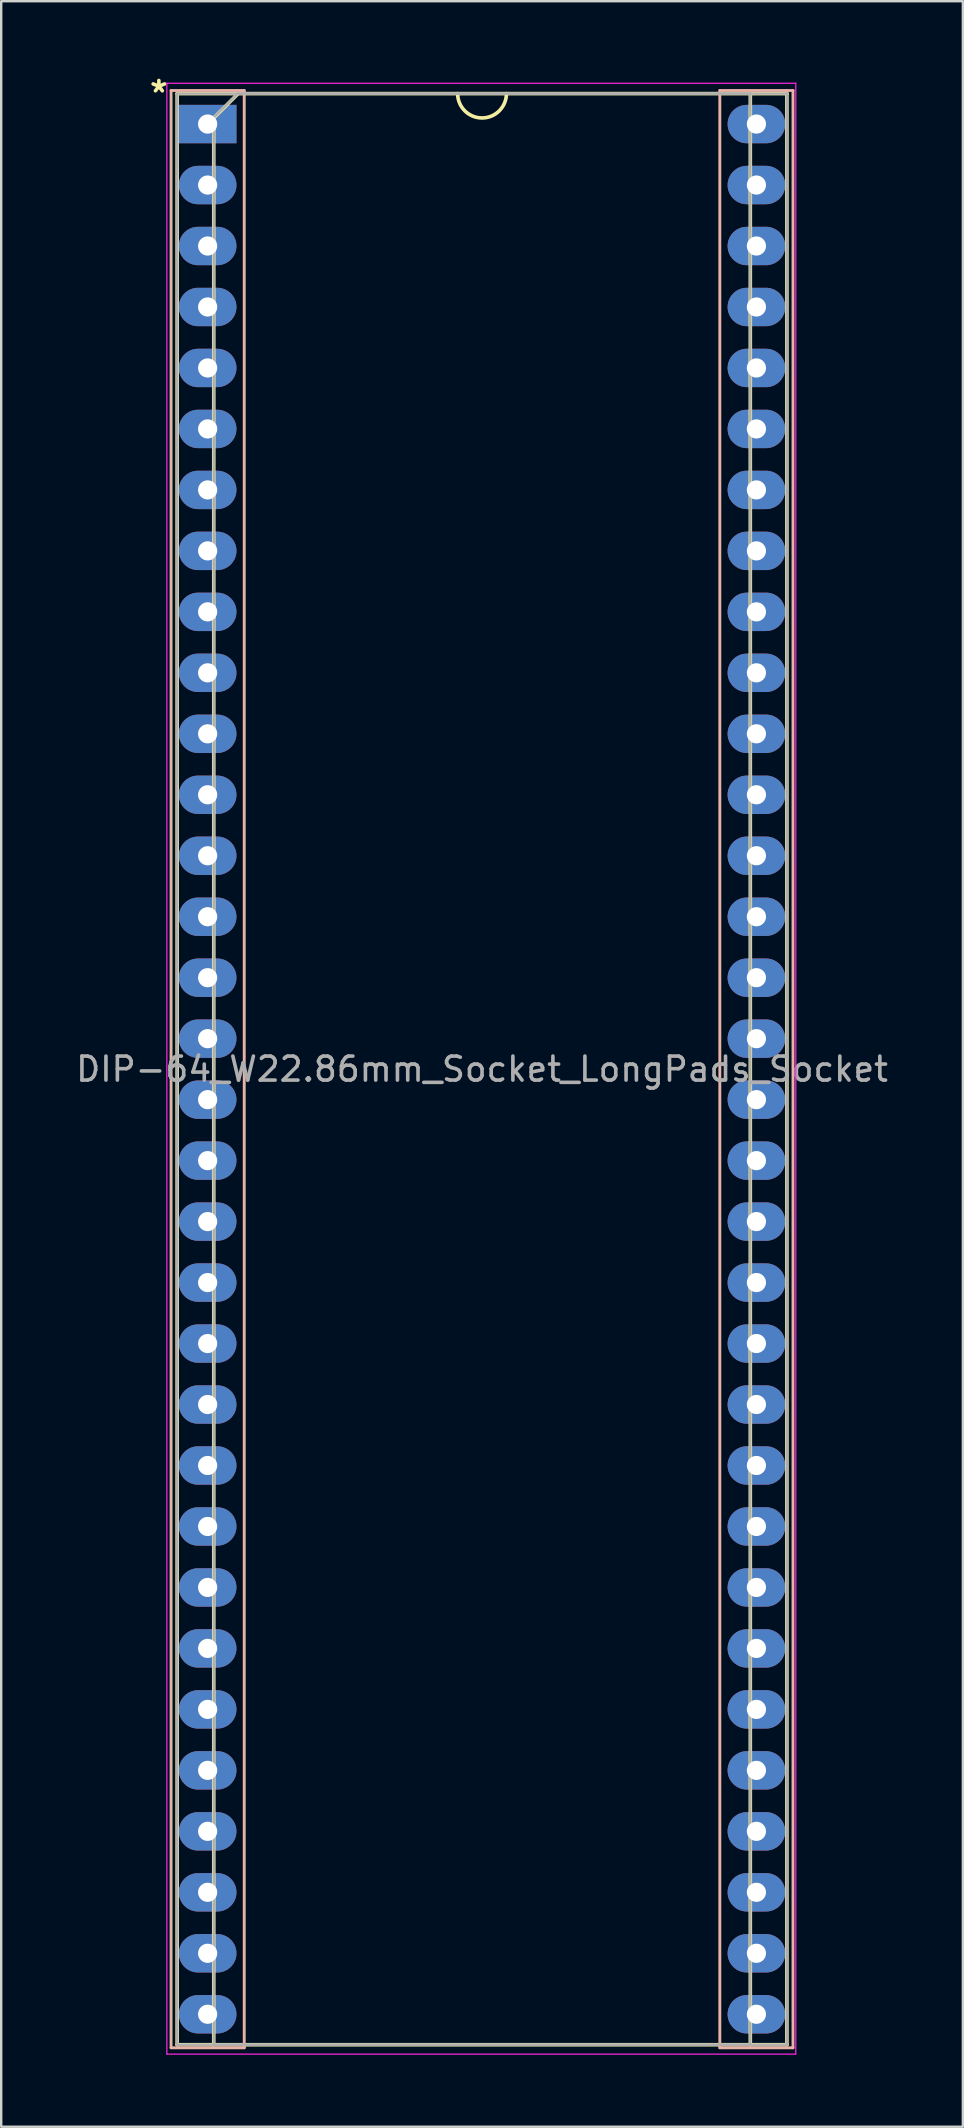
<source format=kicad_pcb>
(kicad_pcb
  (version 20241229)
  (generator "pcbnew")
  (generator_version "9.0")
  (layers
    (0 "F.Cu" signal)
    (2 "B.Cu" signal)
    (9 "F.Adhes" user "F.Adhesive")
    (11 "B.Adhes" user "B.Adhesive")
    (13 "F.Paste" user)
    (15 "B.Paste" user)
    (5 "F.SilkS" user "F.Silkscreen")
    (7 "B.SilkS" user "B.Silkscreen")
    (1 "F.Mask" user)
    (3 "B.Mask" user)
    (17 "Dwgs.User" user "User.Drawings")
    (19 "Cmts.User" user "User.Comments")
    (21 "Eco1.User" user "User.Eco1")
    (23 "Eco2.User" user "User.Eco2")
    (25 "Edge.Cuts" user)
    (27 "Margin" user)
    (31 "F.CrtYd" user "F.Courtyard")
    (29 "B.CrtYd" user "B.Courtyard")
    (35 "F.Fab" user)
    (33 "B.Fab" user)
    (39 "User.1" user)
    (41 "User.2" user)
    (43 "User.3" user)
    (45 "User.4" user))
  (footprint "DIP-64_W22.86mm_Socket_LongPads_Socket"
    (layer "F.Cu")
    (at 5.6 2.118)
    (property "Reference" "DIP-64_W22.86mm_Socket_LongPads_Socket" (at 11.43 39.37 0) (layer "F.Fab") (effects (font (size 1 1) (thickness 0.15))))
    (attr through_hole)
    (fp_line (start -1.27 -1.27) (end -1.27 80.01) (stroke (width 0.15) (type solid)) (layer "F.SilkS"))
    (fp_line (start -1.27 80.01) (end 24.13 80.01) (stroke (width 0.15) (type solid)) (layer "F.SilkS"))
    (fp_line (start 0.254 -0.254) (end 1.27 -1.27) (stroke (width 0.15) (type solid)) (layer "F.SilkS"))
    (fp_line (start 0.254 80.01) (end 0.254 -0.254) (stroke (width 0.15) (type solid)) (layer "F.SilkS"))
    (fp_line (start 22.606 -1.27) (end 22.606 80.01) (stroke (width 0.15) (type solid)) (layer "F.SilkS"))
    (fp_line (start 24.13 -1.27) (end -1.27 -1.27) (stroke (width 0.15) (type solid)) (layer "F.SilkS"))
    (fp_line (start 24.13 80.01) (end 24.13 -1.27) (stroke (width 0.15) (type solid)) (layer "F.SilkS"))
    (fp_arc (start 12.446 -1.27) (mid 11.43 -0.254) (end 10.414 -1.27) (stroke (width 0.15) (type solid)) (layer "F.SilkS"))
    (fp_line (start -1.524 -1.397) (end -1.524 80.137) (stroke (width 0.12) (type solid)) (layer "B.SilkS"))
    (fp_line (start -1.524 80.137) (end 1.524 80.137) (stroke (width 0.12) (type solid)) (layer "B.SilkS"))
    (fp_line (start 1.524 -1.397) (end -1.524 -1.397) (stroke (width 0.12) (type solid)) (layer "B.SilkS"))
    (fp_line (start 1.524 -1.397) (end 1.524 80.137) (stroke (width 0.12) (type solid)) (layer "B.SilkS"))
    (fp_line (start 21.336 80.137) (end 21.336 -1.397) (stroke (width 0.12) (type solid)) (layer "B.SilkS"))
    (fp_line (start 24.384 -1.397) (end 21.336 -1.397) (stroke (width 0.12) (type solid)) (layer "B.SilkS"))
    (fp_line (start 24.384 80.137) (end 21.336 80.137) (stroke (width 0.12) (type solid)) (layer "B.SilkS"))
    (fp_line (start 24.384 80.137) (end 24.384 -1.397) (stroke (width 0.12) (type solid)) (layer "B.SilkS"))
    (fp_line (start -1.7 -1.7) (end -1.7 80.4) (stroke (width 0.05) (type solid)) (layer "F.CrtYd"))
    (fp_line (start -1.7 80.4) (end 24.5 80.4) (stroke (width 0.05) (type solid)) (layer "F.CrtYd"))
    (fp_line (start 24.5 -1.7) (end -1.7 -1.7) (stroke (width 0.05) (type solid)) (layer "F.CrtYd"))
    (fp_line (start 24.5 80.4) (end 24.5 -1.7) (stroke (width 0.05) (type solid)) (layer "F.CrtYd"))
    (fp_line (start -1.27 -1.27) (end -1.27 80.01) (stroke (width 0.1) (type solid)) (layer "F.Fab"))
    (fp_line (start -1.27 80.01) (end 24.13 80.01) (stroke (width 0.1) (type solid)) (layer "F.Fab"))
    (fp_line (start 0.255 -0.27) (end 1.255 -1.27) (stroke (width 0.1) (type solid)) (layer "F.Fab"))
    (fp_line (start 0.255 80.01) (end 0.255 -0.27) (stroke (width 0.1) (type solid)) (layer "F.Fab"))
    (fp_line (start 1.255 -1.27) (end 22.605 -1.27) (stroke (width 0.1) (type solid)) (layer "F.Fab"))
    (fp_line (start 22.605 -1.27) (end 22.605 80.01) (stroke (width 0.1) (type solid)) (layer "F.Fab"))
    (fp_line (start 22.605 80.01) (end 0.255 80.01) (stroke (width 0.1) (type solid)) (layer "F.Fab"))
    (fp_line (start 24.13 -1.27) (end -1.27 -1.27) (stroke (width 0.1) (type solid)) (layer "F.Fab"))
    (fp_line (start 24.13 80.01) (end 24.13 -1.27) (stroke (width 0.1) (type solid)) (layer "F.Fab"))
    (fp_text user "*" (at -2.032 -1.27 0) (layer "F.SilkS") (effects (font (size 1 1) (thickness 0.15))))
    (pad "1" thru_hole rect (at 0 0) (size 2.4 1.6) (drill 0.8) (layers "*.Cu" "*.Mask"))
    (pad "2" thru_hole oval (at 0 2.54) (size 2.4 1.6) (drill 0.8) (layers "*.Cu" "*.Mask"))
    (pad "3" thru_hole oval (at 0 5.08) (size 2.4 1.6) (drill 0.8) (layers "*.Cu" "*.Mask"))
    (pad "4" thru_hole oval (at 0 7.62) (size 2.4 1.6) (drill 0.8) (layers "*.Cu" "*.Mask"))
    (pad "5" thru_hole oval (at 0 10.16) (size 2.4 1.6) (drill 0.8) (layers "*.Cu" "*.Mask"))
    (pad "6" thru_hole oval (at 0 12.7) (size 2.4 1.6) (drill 0.8) (layers "*.Cu" "*.Mask"))
    (pad "7" thru_hole oval (at 0 15.24) (size 2.4 1.6) (drill 0.8) (layers "*.Cu" "*.Mask"))
    (pad "8" thru_hole oval (at 0 17.78) (size 2.4 1.6) (drill 0.8) (layers "*.Cu" "*.Mask"))
    (pad "9" thru_hole oval (at 0 20.32) (size 2.4 1.6) (drill 0.8) (layers "*.Cu" "*.Mask"))
    (pad "10" thru_hole oval (at 0 22.86) (size 2.4 1.6) (drill 0.8) (layers "*.Cu" "*.Mask"))
    (pad "11" thru_hole oval (at 0 25.4) (size 2.4 1.6) (drill 0.8) (layers "*.Cu" "*.Mask"))
    (pad "12" thru_hole oval (at 0 27.94) (size 2.4 1.6) (drill 0.8) (layers "*.Cu" "*.Mask"))
    (pad "13" thru_hole oval (at 0 30.48) (size 2.4 1.6) (drill 0.8) (layers "*.Cu" "*.Mask"))
    (pad "14" thru_hole oval (at 0 33.02) (size 2.4 1.6) (drill 0.8) (layers "*.Cu" "*.Mask"))
    (pad "15" thru_hole oval (at 0 35.56) (size 2.4 1.6) (drill 0.8) (layers "*.Cu" "*.Mask"))
    (pad "16" thru_hole oval (at 0 38.1) (size 2.4 1.6) (drill 0.8) (layers "*.Cu" "*.Mask"))
    (pad "17" thru_hole oval (at 0 40.64) (size 2.4 1.6) (drill 0.8) (layers "*.Cu" "*.Mask"))
    (pad "18" thru_hole oval (at 0 43.18) (size 2.4 1.6) (drill 0.8) (layers "*.Cu" "*.Mask"))
    (pad "19" thru_hole oval (at 0 45.72) (size 2.4 1.6) (drill 0.8) (layers "*.Cu" "*.Mask"))
    (pad "20" thru_hole oval (at 0 48.26) (size 2.4 1.6) (drill 0.8) (layers "*.Cu" "*.Mask"))
    (pad "21" thru_hole oval (at 0 50.8) (size 2.4 1.6) (drill 0.8) (layers "*.Cu" "*.Mask"))
    (pad "22" thru_hole oval (at 0 53.34) (size 2.4 1.6) (drill 0.8) (layers "*.Cu" "*.Mask"))
    (pad "23" thru_hole oval (at 0 55.88) (size 2.4 1.6) (drill 0.8) (layers "*.Cu" "*.Mask"))
    (pad "24" thru_hole oval (at 0 58.42) (size 2.4 1.6) (drill 0.8) (layers "*.Cu" "*.Mask"))
    (pad "25" thru_hole oval (at 0 60.96) (size 2.4 1.6) (drill 0.8) (layers "*.Cu" "*.Mask"))
    (pad "26" thru_hole oval (at 0 63.5) (size 2.4 1.6) (drill 0.8) (layers "*.Cu" "*.Mask"))
    (pad "27" thru_hole oval (at 0 66.04) (size 2.4 1.6) (drill 0.8) (layers "*.Cu" "*.Mask"))
    (pad "28" thru_hole oval (at 0 68.58) (size 2.4 1.6) (drill 0.8) (layers "*.Cu" "*.Mask"))
    (pad "29" thru_hole oval (at 0 71.12) (size 2.4 1.6) (drill 0.8) (layers "*.Cu" "*.Mask"))
    (pad "30" thru_hole oval (at 0 73.66) (size 2.4 1.6) (drill 0.8) (layers "*.Cu" "*.Mask"))
    (pad "31" thru_hole oval (at 0 76.2) (size 2.4 1.6) (drill 0.8) (layers "*.Cu" "*.Mask"))
    (pad "32" thru_hole oval (at 0 78.74) (size 2.4 1.6) (drill 0.8) (layers "*.Cu" "*.Mask"))
    (pad "33" thru_hole oval (at 22.86 78.74) (size 2.4 1.6) (drill 0.8) (layers "*.Cu" "*.Mask"))
    (pad "34" thru_hole oval (at 22.86 76.2) (size 2.4 1.6) (drill 0.8) (layers "*.Cu" "*.Mask"))
    (pad "35" thru_hole oval (at 22.86 73.66) (size 2.4 1.6) (drill 0.8) (layers "*.Cu" "*.Mask"))
    (pad "36" thru_hole oval (at 22.86 71.12) (size 2.4 1.6) (drill 0.8) (layers "*.Cu" "*.Mask"))
    (pad "37" thru_hole oval (at 22.86 68.58) (size 2.4 1.6) (drill 0.8) (layers "*.Cu" "*.Mask"))
    (pad "38" thru_hole oval (at 22.86 66.04) (size 2.4 1.6) (drill 0.8) (layers "*.Cu" "*.Mask"))
    (pad "39" thru_hole oval (at 22.86 63.5) (size 2.4 1.6) (drill 0.8) (layers "*.Cu" "*.Mask"))
    (pad "40" thru_hole oval (at 22.86 60.96) (size 2.4 1.6) (drill 0.8) (layers "*.Cu" "*.Mask"))
    (pad "41" thru_hole oval (at 22.86 58.42) (size 2.4 1.6) (drill 0.8) (layers "*.Cu" "*.Mask"))
    (pad "42" thru_hole oval (at 22.86 55.88) (size 2.4 1.6) (drill 0.8) (layers "*.Cu" "*.Mask"))
    (pad "43" thru_hole oval (at 22.86 53.34) (size 2.4 1.6) (drill 0.8) (layers "*.Cu" "*.Mask"))
    (pad "44" thru_hole oval (at 22.86 50.8) (size 2.4 1.6) (drill 0.8) (layers "*.Cu" "*.Mask"))
    (pad "45" thru_hole oval (at 22.86 48.26) (size 2.4 1.6) (drill 0.8) (layers "*.Cu" "*.Mask"))
    (pad "46" thru_hole oval (at 22.86 45.72) (size 2.4 1.6) (drill 0.8) (layers "*.Cu" "*.Mask"))
    (pad "47" thru_hole oval (at 22.86 43.18) (size 2.4 1.6) (drill 0.8) (layers "*.Cu" "*.Mask"))
    (pad "48" thru_hole oval (at 22.86 40.64) (size 2.4 1.6) (drill 0.8) (layers "*.Cu" "*.Mask"))
    (pad "49" thru_hole oval (at 22.86 38.1) (size 2.4 1.6) (drill 0.8) (layers "*.Cu" "*.Mask"))
    (pad "50" thru_hole oval (at 22.86 35.56) (size 2.4 1.6) (drill 0.8) (layers "*.Cu" "*.Mask"))
    (pad "51" thru_hole oval (at 22.86 33.02) (size 2.4 1.6) (drill 0.8) (layers "*.Cu" "*.Mask"))
    (pad "52" thru_hole oval (at 22.86 30.48) (size 2.4 1.6) (drill 0.8) (layers "*.Cu" "*.Mask"))
    (pad "53" thru_hole oval (at 22.86 27.94) (size 2.4 1.6) (drill 0.8) (layers "*.Cu" "*.Mask"))
    (pad "54" thru_hole oval (at 22.86 25.4) (size 2.4 1.6) (drill 0.8) (layers "*.Cu" "*.Mask"))
    (pad "55" thru_hole oval (at 22.86 22.86) (size 2.4 1.6) (drill 0.8) (layers "*.Cu" "*.Mask"))
    (pad "56" thru_hole oval (at 22.86 20.32) (size 2.4 1.6) (drill 0.8) (layers "*.Cu" "*.Mask"))
    (pad "57" thru_hole oval (at 22.86 17.78) (size 2.4 1.6) (drill 0.8) (layers "*.Cu" "*.Mask"))
    (pad "58" thru_hole oval (at 22.86 15.24) (size 2.4 1.6) (drill 0.8) (layers "*.Cu" "*.Mask"))
    (pad "59" thru_hole oval (at 22.86 12.7) (size 2.4 1.6) (drill 0.8) (layers "*.Cu" "*.Mask"))
    (pad "60" thru_hole oval (at 22.86 10.16) (size 2.4 1.6) (drill 0.8) (layers "*.Cu" "*.Mask"))
    (pad "61" thru_hole oval (at 22.86 7.62) (size 2.4 1.6) (drill 0.8) (layers "*.Cu" "*.Mask"))
    (pad "62" thru_hole oval (at 22.86 5.08) (size 2.4 1.6) (drill 0.8) (layers "*.Cu" "*.Mask"))
    (pad "63" thru_hole oval (at 22.86 2.54) (size 2.4 1.6) (drill 0.8) (layers "*.Cu" "*.Mask"))
    (pad "64" thru_hole oval (at 22.86 0) (size 2.4 1.6) (drill 0.8) (layers "*.Cu" "*.Mask")))
  (gr_rect
    (start -3 -3)
    (end 37.06 85.543)
    (stroke (width 0.1) (type default))
    (fill no)
    (layer "Edge.Cuts")))
</source>
